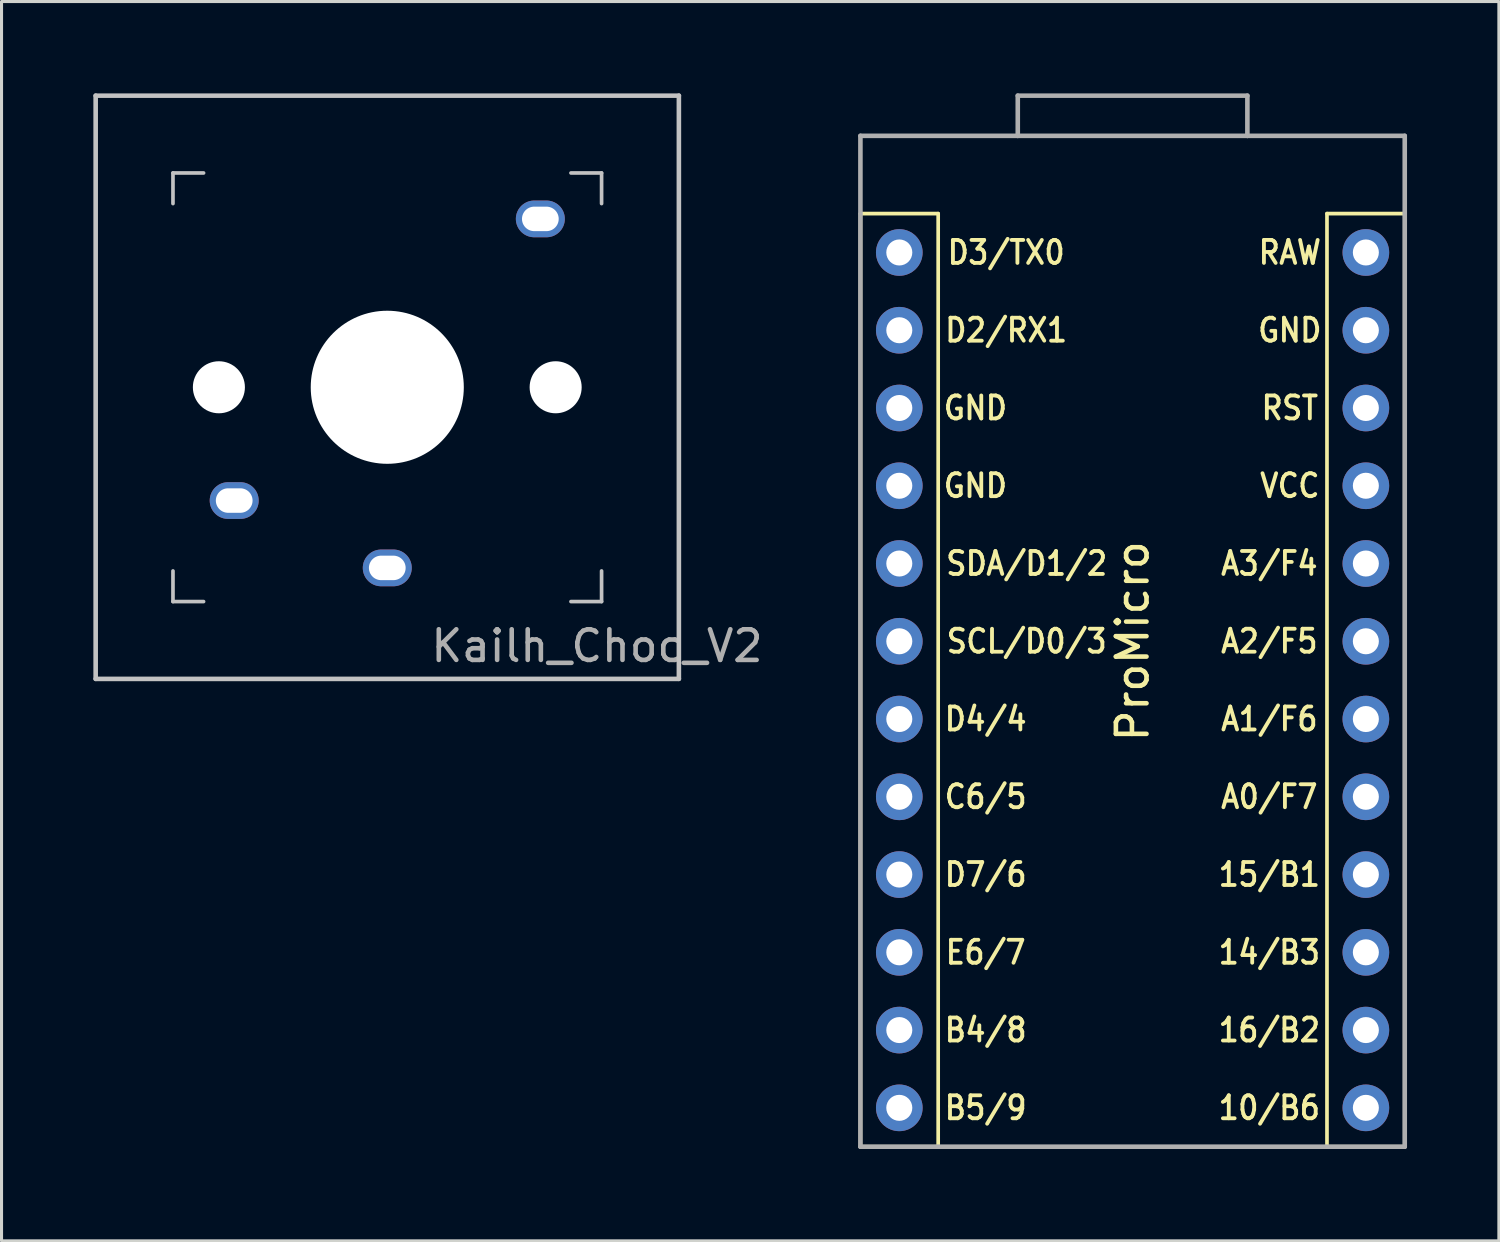
<source format=kicad_pcb>
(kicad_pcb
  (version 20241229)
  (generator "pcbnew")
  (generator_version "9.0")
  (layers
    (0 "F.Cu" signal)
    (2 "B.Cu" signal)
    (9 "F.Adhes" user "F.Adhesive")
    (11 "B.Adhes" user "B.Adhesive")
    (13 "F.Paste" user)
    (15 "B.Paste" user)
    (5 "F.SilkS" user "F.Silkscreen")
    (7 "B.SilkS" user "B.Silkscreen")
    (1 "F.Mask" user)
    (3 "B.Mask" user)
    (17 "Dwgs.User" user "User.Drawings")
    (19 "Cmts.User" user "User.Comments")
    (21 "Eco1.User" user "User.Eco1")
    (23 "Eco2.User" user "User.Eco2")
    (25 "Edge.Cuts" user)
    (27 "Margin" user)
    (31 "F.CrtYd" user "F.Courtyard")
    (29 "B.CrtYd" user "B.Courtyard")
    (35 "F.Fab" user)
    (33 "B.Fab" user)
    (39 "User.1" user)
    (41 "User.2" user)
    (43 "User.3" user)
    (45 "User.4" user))
  (footprint "Kailh_Choc_V2"
    (layer "F.Cu")
    (at 9.6 9.6)
    (property "Reference" "Kailh_Choc_V2" (at 6.85 8.45 0) (layer "F.Fab") (effects (font (size 1 1) (thickness 0.15))))
    (attr smd)
    (fp_line (start -9.525 -9.525) (end 9.525 -9.525) (stroke (width 0.15) (type solid)) (layer "Dwgs.User"))
    (fp_line (start -9.525 9.525) (end -9.525 -9.525) (stroke (width 0.15) (type solid)) (layer "Dwgs.User"))
    (fp_line (start -7 -7) (end -7 -6) (stroke (width 0.12) (type solid)) (layer "Dwgs.User"))
    (fp_line (start -7 -7) (end -6 -7) (stroke (width 0.12) (type solid)) (layer "Dwgs.User"))
    (fp_line (start -7 7) (end -7 6) (stroke (width 0.12) (type solid)) (layer "Dwgs.User"))
    (fp_line (start -7 7) (end -6 7) (stroke (width 0.12) (type solid)) (layer "Dwgs.User"))
    (fp_line (start 7 -7) (end 6 -7) (stroke (width 0.12) (type solid)) (layer "Dwgs.User"))
    (fp_line (start 7 -7) (end 7 -6) (stroke (width 0.12) (type solid)) (layer "Dwgs.User"))
    (fp_line (start 7 7) (end 6 7) (stroke (width 0.12) (type solid)) (layer "Dwgs.User"))
    (fp_line (start 7 7) (end 7 6) (stroke (width 0.12) (type solid)) (layer "Dwgs.User"))
    (fp_line (start 9.525 -9.525) (end 9.525 9.525) (stroke (width 0.15) (type solid)) (layer "Dwgs.User"))
    (fp_line (start 9.525 9.525) (end -9.525 9.525) (stroke (width 0.15) (type solid)) (layer "Dwgs.User"))
    (pad "" np_thru_hole circle (at -5.5 0) (size 1.7 1.7) (drill 1.7) (layers "*.Cu" "*.Mask"))
    (pad "" np_thru_hole circle (at 0 0) (size 5 5) (drill 5) (layers "*.Cu" "*.Mask"))
    (pad "" np_thru_hole circle (at 5.5 0) (size 1.7 1.7) (drill 1.7) (layers "*.Cu" "*.Mask"))
    (pad "1" thru_hole oval (at -5 3.7) (size 1.6 1.2) (drill oval 1.2 0.8) (layers "*.Cu" "*.Mask"))
    (pad "2" thru_hole oval (at 0 5.9) (size 1.6 1.2) (drill oval 1.2 0.8) (layers "*.Cu" "*.Mask"))
    (pad "MP" thru_hole oval (at 5 -5.5) (size 1.6 1.2) (drill oval 1.2 0.8) (layers "*.Cu" "*.Mask")))
  (footprint "ProMicro"
    (layer "F.Cu")
    (at 33.945 17.897)
    (property "Reference" "ProMicro" (at 0 0 270) (layer "F.SilkS") (effects (font (size 1 1) (thickness 0.15))))
    (attr through_hole)
    (fp_line (start -8.89 -13.97) (end -6.35 -13.97) (stroke (width 0.12) (type solid)) (layer "F.SilkS"))
    (fp_line (start -8.89 16.51) (end -8.89 -13.97) (stroke (width 0.12) (type solid)) (layer "F.SilkS"))
    (fp_line (start -6.35 -13.97) (end -6.35 16.51) (stroke (width 0.12) (type solid)) (layer "F.SilkS"))
    (fp_line (start -6.35 16.51) (end -8.89 16.51) (stroke (width 0.12) (type solid)) (layer "F.SilkS"))
    (fp_line (start 6.35 -13.97) (end 6.35 16.51) (stroke (width 0.12) (type solid)) (layer "F.SilkS"))
    (fp_line (start 6.35 16.51) (end 8.89 16.51) (stroke (width 0.12) (type solid)) (layer "F.SilkS"))
    (fp_line (start 8.89 -13.97) (end 6.35 -13.97) (stroke (width 0.12) (type solid)) (layer "F.SilkS"))
    (fp_line (start 8.89 16.51) (end 8.89 -13.97) (stroke (width 0.12) (type solid)) (layer "F.SilkS"))
    (fp_line (start -8.89 -16.51) (end -3.75 -16.51) (stroke (width 0.15) (type solid)) (layer "F.Fab"))
    (fp_line (start -8.89 16.51) (end -8.89 -16.51) (stroke (width 0.15) (type solid)) (layer "F.Fab"))
    (fp_line (start -3.75 -17.822) (end -3.75 -16.51) (stroke (width 0.15) (type solid)) (layer "F.Fab"))
    (fp_line (start -3.75 -17.822) (end 3.75 -17.822) (stroke (width 0.15) (type solid)) (layer "F.Fab"))
    (fp_line (start -3.75 -16.51) (end 3.75 -16.51) (stroke (width 0.15) (type solid)) (layer "F.Fab"))
    (fp_line (start 3.75 -17.822) (end 3.75 -16.51) (stroke (width 0.15) (type solid)) (layer "F.Fab"))
    (fp_line (start 3.75 -16.51) (end 8.89 -16.51) (stroke (width 0.15) (type solid)) (layer "F.Fab"))
    (fp_line (start 8.89 -16.51) (end 8.89 16.51) (stroke (width 0.15) (type solid)) (layer "F.Fab"))
    (fp_line (start 8.89 16.51) (end -8.89 16.51) (stroke (width 0.15) (type solid)) (layer "F.Fab"))
    (fp_text user "B5/9" (at -4.799 15.24 0) (layer "F.SilkS") (effects (font (size 0.75 0.67) (thickness 0.125))))
    (fp_text user "GND" (at 5.136 -10.16 0) (layer "F.SilkS") (effects (font (size 0.75 0.67) (thickness 0.125))))
    (fp_text user "D4/4" (at -4.799 2.54 0) (layer "F.SilkS") (effects (font (size 0.75 0.67) (thickness 0.125))))
    (fp_text user "SDA/D1/2" (at -3.459 -2.54 0) (layer "F.SilkS") (effects (font (size 0.75 0.67) (thickness 0.125))))
    (fp_text user "D2/RX1" (at -4.129 -10.16 0) (layer "F.SilkS") (effects (font (size 0.75 0.67) (thickness 0.125))))
    (fp_text user "VCC" (at 5.136 -5.08 0) (layer "F.SilkS") (effects (font (size 0.75 0.67) (thickness 0.125))))
    (fp_text user "D3/TX0" (at -4.129 -12.7 0) (layer "F.SilkS") (effects (font (size 0.75 0.67) (thickness 0.125))))
    (fp_text user "A3/F4" (at 4.466 -2.54 0) (layer "F.SilkS") (effects (font (size 0.75 0.67) (thickness 0.125))))
    (fp_text user "10/B6" (at 4.466 15.24 0) (layer "F.SilkS") (effects (font (size 0.75 0.67) (thickness 0.125))))
    (fp_text user "GND" (at -5.134 -7.62 0) (layer "F.SilkS") (effects (font (size 0.75 0.67) (thickness 0.125))))
    (fp_text user "B4/8" (at -4.799 12.7 0) (layer "F.SilkS") (effects (font (size 0.75 0.67) (thickness 0.125))))
    (fp_text user "A1/F6" (at 4.466 2.54 0) (layer "F.SilkS") (effects (font (size 0.75 0.67) (thickness 0.125))))
    (fp_text user "RAW" (at 5.136 -12.7 0) (layer "F.SilkS") (effects (font (size 0.75 0.67) (thickness 0.125))))
    (fp_text user "A0/F7" (at 4.466 5.08 0) (layer "F.SilkS") (effects (font (size 0.75 0.67) (thickness 0.125))))
    (fp_text user "C6/5" (at -4.799 5.08 0) (layer "F.SilkS") (effects (font (size 0.75 0.67) (thickness 0.125))))
    (fp_text user "15/B1" (at 4.466 7.62 0) (layer "F.SilkS") (effects (font (size 0.75 0.67) (thickness 0.125))))
    (fp_text user "GND" (at -5.134 -5.08 0) (layer "F.SilkS") (effects (font (size 0.75 0.67) (thickness 0.125))))
    (fp_text user "E6/7" (at -4.799 10.16 0) (layer "F.SilkS") (effects (font (size 0.75 0.67) (thickness 0.125))))
    (fp_text user "D7/6" (at -4.799 7.62 0) (layer "F.SilkS") (effects (font (size 0.75 0.67) (thickness 0.125))))
    (fp_text user "A2/F5" (at 4.466 0 0) (layer "F.SilkS") (effects (font (size 0.75 0.67) (thickness 0.125))))
    (fp_text user "16/B2" (at 4.466 12.7 0) (layer "F.SilkS") (effects (font (size 0.75 0.67) (thickness 0.125))))
    (fp_text user "SCL/D0/3" (at -3.459 0 0) (layer "F.SilkS") (effects (font (size 0.75 0.67) (thickness 0.125))))
    (fp_text user "14/B3" (at 4.466 10.16 0) (layer "F.SilkS") (effects (font (size 0.75 0.67) (thickness 0.125))))
    (fp_text user "RST" (at 5.136 -7.62 0) (layer "F.SilkS") (effects (font (size 0.75 0.67) (thickness 0.125))))
    (pad "1" thru_hole circle (at -7.62 -12.7) (size 1.524 1.524) (drill 0.85) (layers "*.Cu" "*.Mask"))
    (pad "2" thru_hole circle (at -7.62 -10.16) (size 1.524 1.524) (drill 0.85) (layers "*.Cu" "*.Mask"))
    (pad "3" thru_hole circle (at -7.62 -7.62) (size 1.524 1.524) (drill 0.85) (layers "*.Cu" "*.Mask"))
    (pad "4" thru_hole circle (at -7.62 -5.08) (size 1.524 1.524) (drill 0.85) (layers "*.Cu" "*.Mask"))
    (pad "5" thru_hole circle (at -7.62 -2.54) (size 1.524 1.524) (drill 0.85) (layers "*.Cu" "*.Mask"))
    (pad "6" thru_hole circle (at -7.62 0) (size 1.524 1.524) (drill 0.85) (layers "*.Cu" "*.Mask"))
    (pad "7" thru_hole circle (at -7.62 2.54) (size 1.524 1.524) (drill 0.85) (layers "*.Cu" "*.Mask"))
    (pad "8" thru_hole circle (at -7.62 5.08) (size 1.524 1.524) (drill 0.85) (layers "*.Cu" "*.Mask"))
    (pad "9" thru_hole circle (at -7.62 7.62) (size 1.524 1.524) (drill 0.85) (layers "*.Cu" "*.Mask"))
    (pad "10" thru_hole circle (at -7.62 10.16) (size 1.524 1.524) (drill 0.85) (layers "*.Cu" "*.Mask"))
    (pad "11" thru_hole circle (at -7.62 12.7) (size 1.524 1.524) (drill 0.85) (layers "*.Cu" "*.Mask"))
    (pad "12" thru_hole circle (at -7.62 15.24) (size 1.524 1.524) (drill 0.85) (layers "*.Cu" "*.Mask"))
    (pad "13" thru_hole circle (at 7.62 15.24) (size 1.524 1.524) (drill 0.85) (layers "*.Cu" "*.Mask"))
    (pad "14" thru_hole circle (at 7.62 12.7) (size 1.524 1.524) (drill 0.85) (layers "*.Cu" "*.Mask"))
    (pad "15" thru_hole circle (at 7.62 10.16) (size 1.524 1.524) (drill 0.85) (layers "*.Cu" "*.Mask"))
    (pad "16" thru_hole circle (at 7.62 7.62) (size 1.524 1.524) (drill 0.85) (layers "*.Cu" "*.Mask"))
    (pad "17" thru_hole circle (at 7.62 5.08) (size 1.524 1.524) (drill 0.85) (layers "*.Cu" "*.Mask"))
    (pad "18" thru_hole circle (at 7.62 2.54) (size 1.524 1.524) (drill 0.85) (layers "*.Cu" "*.Mask"))
    (pad "19" thru_hole circle (at 7.62 0) (size 1.524 1.524) (drill 0.85) (layers "*.Cu" "*.Mask"))
    (pad "20" thru_hole circle (at 7.62 -2.54) (size 1.524 1.524) (drill 0.85) (layers "*.Cu" "*.Mask"))
    (pad "21" thru_hole circle (at 7.62 -5.08) (size 1.524 1.524) (drill 0.85) (layers "*.Cu" "*.Mask"))
    (pad "22" thru_hole circle (at 7.62 -7.62) (size 1.524 1.524) (drill 0.85) (layers "*.Cu" "*.Mask"))
    (pad "23" thru_hole circle (at 7.62 -10.16) (size 1.524 1.524) (drill 0.85) (layers "*.Cu" "*.Mask"))
    (pad "24" thru_hole circle (at 7.62 -12.7) (size 1.524 1.524) (drill 0.85) (layers "*.Cu" "*.Mask")))
  (gr_rect
    (start -3 -3)
    (end 45.91 37.482)
    (stroke (width 0.1) (type default))
    (fill no)
    (layer "Edge.Cuts")))
</source>
